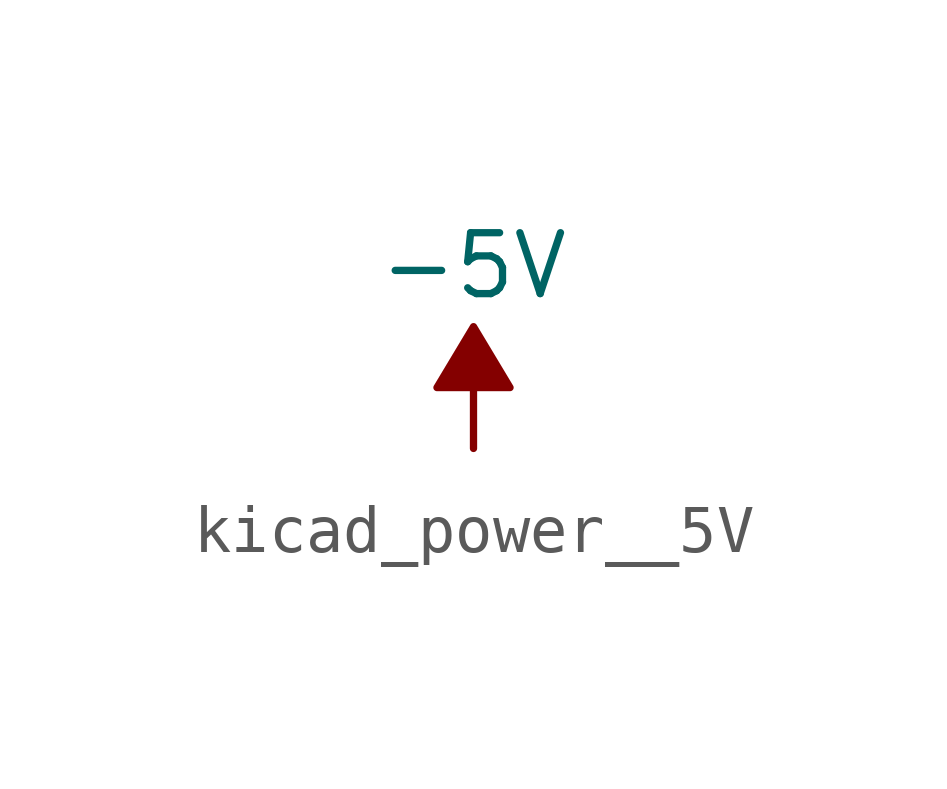
<source format=kicad_sym>
(kicad_symbol_lib
  (version 20220914)
  (generator kicad_symbol_editor)
  (symbol "kicad_power__5V"
    (power)
    (pin_names
      (offset 0))
    (property "Reference" "#PWR"
      (at 0 2.54 0)
      (effects (font (size 1.27 1.27)) hide))
    (property "Value" "-5V"
      (at 0 3.81 0)
      (effects (font (size 1.27 1.27))))
    (symbol "kicad_power__5V_0_0"
      (pin power_in line (at 0 0 90) (length 0) hide (name "-5V" (effects (font (size 1.27 1.27)))) (number "1" (effects (font (size 1.27 1.27))))))
    (symbol "kicad_power__5V_0_1"
      (polyline (pts (xy 0 0) (xy 0 1.27) (xy 0.762 1.27) (xy 0 2.54) (xy -0.762 1.27) (xy 0 1.27)) (stroke (width 0) (type default)) (fill (type outline))))))
</source>
